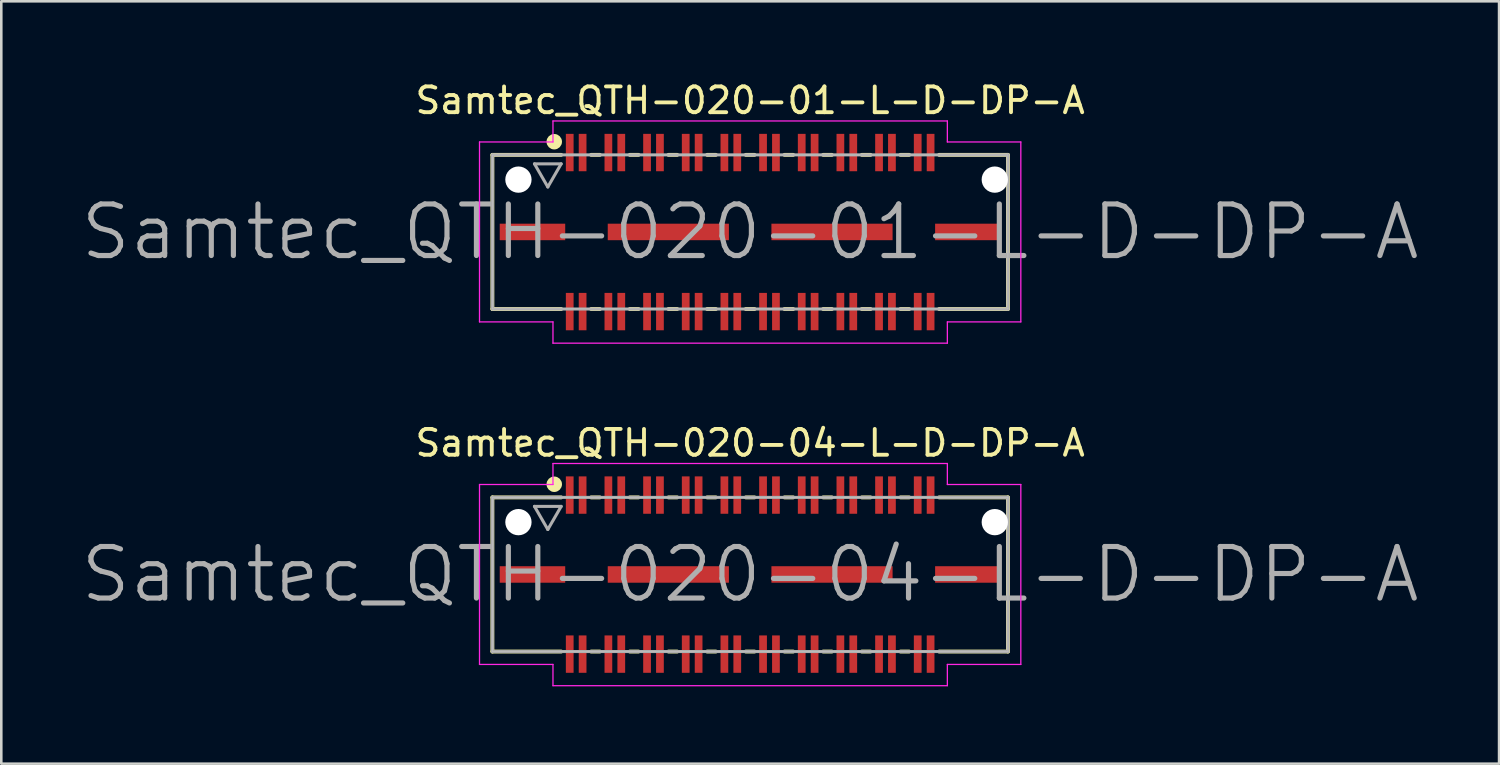
<source format=kicad_pcb>
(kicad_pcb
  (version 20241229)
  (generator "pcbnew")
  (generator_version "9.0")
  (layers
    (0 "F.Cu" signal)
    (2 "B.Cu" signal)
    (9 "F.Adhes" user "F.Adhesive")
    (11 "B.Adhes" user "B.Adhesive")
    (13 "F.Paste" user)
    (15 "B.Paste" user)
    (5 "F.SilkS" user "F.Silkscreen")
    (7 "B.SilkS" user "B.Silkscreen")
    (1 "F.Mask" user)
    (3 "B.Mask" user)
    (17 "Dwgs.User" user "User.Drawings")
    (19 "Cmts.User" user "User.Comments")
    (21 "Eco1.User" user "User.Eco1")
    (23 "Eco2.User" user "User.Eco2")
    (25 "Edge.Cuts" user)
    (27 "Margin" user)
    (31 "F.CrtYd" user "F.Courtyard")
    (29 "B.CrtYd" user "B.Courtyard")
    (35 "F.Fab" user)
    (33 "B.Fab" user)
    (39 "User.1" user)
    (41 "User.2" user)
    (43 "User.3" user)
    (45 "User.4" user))
  (footprint "Samtec_QTH-020-04-L-D-DP-A"
    (layer "F.Cu")
    (at 26.052 19.236)
    (property "Reference" "Samtec_QTH-020-04-L-D-DP-A" (at 0 -5.1 0) (layer "F.SilkS") (effects (font (size 1 1) (thickness 0.15))))
    (attr through_hole)
    (fp_line (start -10 -2.99) (end -7.33 -2.99) (stroke (width 0.15) (type solid)) (layer "F.SilkS"))
    (fp_line (start -10 2.99) (end -10 -2.99) (stroke (width 0.15) (type solid)) (layer "F.SilkS"))
    (fp_line (start -7.33 2.99) (end -10 2.99) (stroke (width 0.15) (type solid)) (layer "F.SilkS"))
    (fp_line (start -6.17 -2.99) (end -5.83 -2.99) (stroke (width 0.15) (type solid)) (layer "F.SilkS"))
    (fp_line (start -6.17 2.99) (end -5.83 2.99) (stroke (width 0.15) (type solid)) (layer "F.SilkS"))
    (fp_line (start -4.67 -2.99) (end -4.33 -2.99) (stroke (width 0.15) (type solid)) (layer "F.SilkS"))
    (fp_line (start -4.67 2.99) (end -4.33 2.99) (stroke (width 0.15) (type solid)) (layer "F.SilkS"))
    (fp_line (start -3.17 -2.99) (end -2.83 -2.99) (stroke (width 0.15) (type solid)) (layer "F.SilkS"))
    (fp_line (start -3.17 2.99) (end -2.83 2.99) (stroke (width 0.15) (type solid)) (layer "F.SilkS"))
    (fp_line (start -1.67 -2.99) (end -1.33 -2.99) (stroke (width 0.15) (type solid)) (layer "F.SilkS"))
    (fp_line (start -1.67 2.99) (end -1.33 2.99) (stroke (width 0.15) (type solid)) (layer "F.SilkS"))
    (fp_line (start -0.17 -2.99) (end 0.17 -2.99) (stroke (width 0.15) (type solid)) (layer "F.SilkS"))
    (fp_line (start -0.17 2.99) (end 0.17 2.99) (stroke (width 0.15) (type solid)) (layer "F.SilkS"))
    (fp_line (start 1.33 -2.99) (end 1.67 -2.99) (stroke (width 0.15) (type solid)) (layer "F.SilkS"))
    (fp_line (start 1.33 2.99) (end 1.67 2.99) (stroke (width 0.15) (type solid)) (layer "F.SilkS"))
    (fp_line (start 2.83 -2.99) (end 3.17 -2.99) (stroke (width 0.15) (type solid)) (layer "F.SilkS"))
    (fp_line (start 2.83 2.99) (end 3.17 2.99) (stroke (width 0.15) (type solid)) (layer "F.SilkS"))
    (fp_line (start 4.33 -2.99) (end 4.67 -2.99) (stroke (width 0.15) (type solid)) (layer "F.SilkS"))
    (fp_line (start 4.33 2.99) (end 4.67 2.99) (stroke (width 0.15) (type solid)) (layer "F.SilkS"))
    (fp_line (start 5.83 -2.99) (end 6.17 -2.99) (stroke (width 0.15) (type solid)) (layer "F.SilkS"))
    (fp_line (start 5.83 2.99) (end 6.17 2.99) (stroke (width 0.15) (type solid)) (layer "F.SilkS"))
    (fp_line (start 7.33 -2.99) (end 10 -2.99) (stroke (width 0.15) (type solid)) (layer "F.SilkS"))
    (fp_line (start 10 -2.99) (end 10 2.99) (stroke (width 0.15) (type solid)) (layer "F.SilkS"))
    (fp_line (start 10 2.99) (end 7.33 2.99) (stroke (width 0.15) (type solid)) (layer "F.SilkS"))
    (fp_circle (center -7.6 -3.5) (end -7.6 -3.35) (stroke (width 0.3) (type solid)) (fill no) (layer "F.SilkS"))
    (fp_line (start -10 -2.985) (end 10 -2.985) (stroke (width 0.025) (type solid)) (layer "Dwgs.User"))
    (fp_line (start -10 2.985) (end -10 -2.985) (stroke (width 0.025) (type solid)) (layer "Dwgs.User"))
    (fp_line (start 10 -2.985) (end 10 2.985) (stroke (width 0.025) (type solid)) (layer "Dwgs.User"))
    (fp_line (start 10 2.985) (end -10 2.985) (stroke (width 0.025) (type solid)) (layer "Dwgs.User"))
    (fp_line (start -10.5 -3.49) (end -10.5 3.49) (stroke (width 0.05) (type solid)) (layer "F.CrtYd"))
    (fp_line (start -10.5 3.49) (end -7.65 3.49) (stroke (width 0.05) (type solid)) (layer "F.CrtYd"))
    (fp_line (start -7.65 -4.305) (end -7.65 -3.49) (stroke (width 0.05) (type solid)) (layer "F.CrtYd"))
    (fp_line (start -7.65 -3.49) (end -10.5 -3.49) (stroke (width 0.05) (type solid)) (layer "F.CrtYd"))
    (fp_line (start -7.65 3.49) (end -7.65 4.315) (stroke (width 0.05) (type solid)) (layer "F.CrtYd"))
    (fp_line (start -7.65 4.315) (end 7.65 4.315) (stroke (width 0.05) (type solid)) (layer "F.CrtYd"))
    (fp_line (start 7.65 -4.305) (end -7.65 -4.305) (stroke (width 0.05) (type solid)) (layer "F.CrtYd"))
    (fp_line (start 7.65 -3.49) (end 7.65 -4.305) (stroke (width 0.05) (type solid)) (layer "F.CrtYd"))
    (fp_line (start 7.65 3.49) (end 10.5 3.49) (stroke (width 0.05) (type solid)) (layer "F.CrtYd"))
    (fp_line (start 7.65 4.315) (end 7.65 3.49) (stroke (width 0.05) (type solid)) (layer "F.CrtYd"))
    (fp_line (start 10.5 -3.49) (end 7.65 -3.49) (stroke (width 0.05) (type solid)) (layer "F.CrtYd"))
    (fp_line (start 10.5 3.49) (end 10.5 -3.49) (stroke (width 0.05) (type solid)) (layer "F.CrtYd"))
    (fp_line (start -10 -2.99) (end 10 -2.99) (stroke (width 0.12) (type solid)) (layer "F.Fab"))
    (fp_line (start -10 2.99) (end -10 -2.99) (stroke (width 0.12) (type solid)) (layer "F.Fab"))
    (fp_line (start -8.367 -2.641) (end -7.85 -1.745) (stroke (width 0.12) (type solid)) (layer "F.Fab"))
    (fp_line (start -7.85 -1.745) (end -7.332 -2.641) (stroke (width 0.12) (type solid)) (layer "F.Fab"))
    (fp_line (start -7.332 -2.641) (end -8.367 -2.641) (stroke (width 0.12) (type solid)) (layer "F.Fab"))
    (fp_line (start 10 -2.99) (end 10 2.99) (stroke (width 0.12) (type solid)) (layer "F.Fab"))
    (fp_line (start 10 2.99) (end -10 2.99) (stroke (width 0.12) (type solid)) (layer "F.Fab"))
    (fp_text user "${REFERENCE}" (at 0 0 0) (layer "F.Fab") (effects (font (size 2 2) (thickness 0.2))))
    (pad "" np_thru_hole circle (at -8.99 -2.03) (size 1.02 1.02) (drill 1.02) (layers "*.Cu" "*.Mask"))
    (pad "" np_thru_hole circle (at 9.49 -2.03) (size 1.02 1.02) (drill 1.02) (layers "*.Cu" "*.Mask"))
    (pad "1" smd rect (at -7 -3.08) (size 0.3 1.45) (layers "F.Cu" "F.Mask" "F.Paste"))
    (pad "2" smd rect (at -7 3.09) (size 0.3 1.45) (layers "F.Cu" "F.Mask" "F.Paste"))
    (pad "3" smd rect (at -6.5 -3.08) (size 0.3 1.45) (layers "F.Cu" "F.Mask" "F.Paste"))
    (pad "4" smd rect (at -6.5 3.09) (size 0.3 1.45) (layers "F.Cu" "F.Mask" "F.Paste"))
    (pad "5" smd rect (at -5.5 -3.08) (size 0.3 1.45) (layers "F.Cu" "F.Mask" "F.Paste"))
    (pad "6" smd rect (at -5.5 3.09) (size 0.3 1.45) (layers "F.Cu" "F.Mask" "F.Paste"))
    (pad "7" smd rect (at -5 -3.08) (size 0.3 1.45) (layers "F.Cu" "F.Mask" "F.Paste"))
    (pad "8" smd rect (at -5 3.09) (size 0.3 1.45) (layers "F.Cu" "F.Mask" "F.Paste"))
    (pad "9" smd rect (at -4 -3.08) (size 0.3 1.45) (layers "F.Cu" "F.Mask" "F.Paste"))
    (pad "10" smd rect (at -4 3.09) (size 0.3 1.45) (layers "F.Cu" "F.Mask" "F.Paste"))
    (pad "11" smd rect (at -3.5 -3.08) (size 0.3 1.45) (layers "F.Cu" "F.Mask" "F.Paste"))
    (pad "12" smd rect (at -3.5 3.09) (size 0.3 1.45) (layers "F.Cu" "F.Mask" "F.Paste"))
    (pad "13" smd rect (at -2.5 -3.08) (size 0.3 1.45) (layers "F.Cu" "F.Mask" "F.Paste"))
    (pad "14" smd rect (at -2.5 3.09) (size 0.3 1.45) (layers "F.Cu" "F.Mask" "F.Paste"))
    (pad "15" smd rect (at -2 -3.08) (size 0.3 1.45) (layers "F.Cu" "F.Mask" "F.Paste"))
    (pad "16" smd rect (at -2 3.09) (size 0.3 1.45) (layers "F.Cu" "F.Mask" "F.Paste"))
    (pad "17" smd rect (at -1 -3.08) (size 0.3 1.45) (layers "F.Cu" "F.Mask" "F.Paste"))
    (pad "18" smd rect (at -1 3.09) (size 0.3 1.45) (layers "F.Cu" "F.Mask" "F.Paste"))
    (pad "19" smd rect (at -0.5 -3.08) (size 0.3 1.45) (layers "F.Cu" "F.Mask" "F.Paste"))
    (pad "20" smd rect (at -0.5 3.09) (size 0.3 1.45) (layers "F.Cu" "F.Mask" "F.Paste"))
    (pad "21" smd rect (at 0.5 -3.08) (size 0.3 1.45) (layers "F.Cu" "F.Mask" "F.Paste"))
    (pad "22" smd rect (at 0.5 3.09) (size 0.3 1.45) (layers "F.Cu" "F.Mask" "F.Paste"))
    (pad "23" smd rect (at 1 -3.08) (size 0.3 1.45) (layers "F.Cu" "F.Mask" "F.Paste"))
    (pad "24" smd rect (at 1 3.09) (size 0.3 1.45) (layers "F.Cu" "F.Mask" "F.Paste"))
    (pad "25" smd rect (at 2 -3.08) (size 0.3 1.45) (layers "F.Cu" "F.Mask" "F.Paste"))
    (pad "26" smd rect (at 2 3.09) (size 0.3 1.45) (layers "F.Cu" "F.Mask" "F.Paste"))
    (pad "27" smd rect (at 2.5 -3.08) (size 0.3 1.45) (layers "F.Cu" "F.Mask" "F.Paste"))
    (pad "28" smd rect (at 2.5 3.09) (size 0.3 1.45) (layers "F.Cu" "F.Mask" "F.Paste"))
    (pad "29" smd rect (at 3.5 -3.08) (size 0.3 1.45) (layers "F.Cu" "F.Mask" "F.Paste"))
    (pad "30" smd rect (at 3.5 3.09) (size 0.3 1.45) (layers "F.Cu" "F.Mask" "F.Paste"))
    (pad "31" smd rect (at 4 -3.08) (size 0.3 1.45) (layers "F.Cu" "F.Mask" "F.Paste"))
    (pad "32" smd rect (at 4 3.09) (size 0.3 1.45) (layers "F.Cu" "F.Mask" "F.Paste"))
    (pad "33" smd rect (at 5 -3.08) (size 0.3 1.45) (layers "F.Cu" "F.Mask" "F.Paste"))
    (pad "34" smd rect (at 5 3.09) (size 0.3 1.45) (layers "F.Cu" "F.Mask" "F.Paste"))
    (pad "35" smd rect (at 5.5 -3.08) (size 0.3 1.45) (layers "F.Cu" "F.Mask" "F.Paste"))
    (pad "36" smd rect (at 5.5 3.09) (size 0.3 1.45) (layers "F.Cu" "F.Mask" "F.Paste"))
    (pad "37" smd rect (at 6.5 -3.08) (size 0.3 1.45) (layers "F.Cu" "F.Mask" "F.Paste"))
    (pad "38" smd rect (at 6.5 3.09) (size 0.3 1.45) (layers "F.Cu" "F.Mask" "F.Paste"))
    (pad "39" smd rect (at 7 -3.08) (size 0.3 1.45) (layers "F.Cu" "F.Mask" "F.Paste"))
    (pad "40" smd rect (at 7 3.09) (size 0.3 1.45) (layers "F.Cu" "F.Mask" "F.Paste"))
    (pad "M1" smd rect (at -8.445 0) (size 2.54 0.64) (layers "F.Cu" "F.Mask" "F.Paste"))
    (pad "M2" smd rect (at -3.175 0) (size 4.7 0.64) (layers "F.Cu" "F.Mask" "F.Paste"))
    (pad "M3" smd rect (at 3.175 0) (size 4.7 0.64) (layers "F.Cu" "F.Mask" "F.Paste"))
    (pad "M4" smd rect (at 8.445 0) (size 2.54 0.64) (layers "F.Cu" "F.Mask" "F.Paste")))
  (footprint "Samtec_QTH-020-01-L-D-DP-A"
    (layer "F.Cu")
    (at 26.052 5.948)
    (property "Reference" "Samtec_QTH-020-01-L-D-DP-A" (at 0 -5.1 0) (layer "F.SilkS") (effects (font (size 1 1) (thickness 0.15))))
    (attr through_hole)
    (fp_line (start -10 -2.99) (end -7.33 -2.99) (stroke (width 0.15) (type solid)) (layer "F.SilkS"))
    (fp_line (start -10 2.99) (end -10 -2.99) (stroke (width 0.15) (type solid)) (layer "F.SilkS"))
    (fp_line (start -7.33 2.99) (end -10 2.99) (stroke (width 0.15) (type solid)) (layer "F.SilkS"))
    (fp_line (start -6.17 -2.99) (end -5.83 -2.99) (stroke (width 0.15) (type solid)) (layer "F.SilkS"))
    (fp_line (start -6.17 2.99) (end -5.83 2.99) (stroke (width 0.15) (type solid)) (layer "F.SilkS"))
    (fp_line (start -4.67 -2.99) (end -4.33 -2.99) (stroke (width 0.15) (type solid)) (layer "F.SilkS"))
    (fp_line (start -4.67 2.99) (end -4.33 2.99) (stroke (width 0.15) (type solid)) (layer "F.SilkS"))
    (fp_line (start -3.17 -2.99) (end -2.83 -2.99) (stroke (width 0.15) (type solid)) (layer "F.SilkS"))
    (fp_line (start -3.17 2.99) (end -2.83 2.99) (stroke (width 0.15) (type solid)) (layer "F.SilkS"))
    (fp_line (start -1.67 -2.99) (end -1.33 -2.99) (stroke (width 0.15) (type solid)) (layer "F.SilkS"))
    (fp_line (start -1.67 2.99) (end -1.33 2.99) (stroke (width 0.15) (type solid)) (layer "F.SilkS"))
    (fp_line (start -0.17 -2.99) (end 0.17 -2.99) (stroke (width 0.15) (type solid)) (layer "F.SilkS"))
    (fp_line (start -0.17 2.99) (end 0.17 2.99) (stroke (width 0.15) (type solid)) (layer "F.SilkS"))
    (fp_line (start 1.33 -2.99) (end 1.67 -2.99) (stroke (width 0.15) (type solid)) (layer "F.SilkS"))
    (fp_line (start 1.33 2.99) (end 1.67 2.99) (stroke (width 0.15) (type solid)) (layer "F.SilkS"))
    (fp_line (start 2.83 -2.99) (end 3.17 -2.99) (stroke (width 0.15) (type solid)) (layer "F.SilkS"))
    (fp_line (start 2.83 2.99) (end 3.17 2.99) (stroke (width 0.15) (type solid)) (layer "F.SilkS"))
    (fp_line (start 4.33 -2.99) (end 4.67 -2.99) (stroke (width 0.15) (type solid)) (layer "F.SilkS"))
    (fp_line (start 4.33 2.99) (end 4.67 2.99) (stroke (width 0.15) (type solid)) (layer "F.SilkS"))
    (fp_line (start 5.83 -2.99) (end 6.17 -2.99) (stroke (width 0.15) (type solid)) (layer "F.SilkS"))
    (fp_line (start 5.83 2.99) (end 6.17 2.99) (stroke (width 0.15) (type solid)) (layer "F.SilkS"))
    (fp_line (start 7.33 -2.99) (end 10 -2.99) (stroke (width 0.15) (type solid)) (layer "F.SilkS"))
    (fp_line (start 10 -2.99) (end 10 2.99) (stroke (width 0.15) (type solid)) (layer "F.SilkS"))
    (fp_line (start 10 2.99) (end 7.33 2.99) (stroke (width 0.15) (type solid)) (layer "F.SilkS"))
    (fp_circle (center -7.6 -3.5) (end -7.6 -3.35) (stroke (width 0.3) (type solid)) (fill no) (layer "F.SilkS"))
    (fp_line (start -10 -2.985) (end 10 -2.985) (stroke (width 0.025) (type solid)) (layer "Dwgs.User"))
    (fp_line (start -10 2.985) (end -10 -2.985) (stroke (width 0.025) (type solid)) (layer "Dwgs.User"))
    (fp_line (start 10 -2.985) (end 10 2.985) (stroke (width 0.025) (type solid)) (layer "Dwgs.User"))
    (fp_line (start 10 2.985) (end -10 2.985) (stroke (width 0.025) (type solid)) (layer "Dwgs.User"))
    (fp_line (start -10.5 -3.49) (end -10.5 3.49) (stroke (width 0.05) (type solid)) (layer "F.CrtYd"))
    (fp_line (start -10.5 3.49) (end -7.65 3.49) (stroke (width 0.05) (type solid)) (layer "F.CrtYd"))
    (fp_line (start -7.65 -4.305) (end -7.65 -3.49) (stroke (width 0.05) (type solid)) (layer "F.CrtYd"))
    (fp_line (start -7.65 -3.49) (end -10.5 -3.49) (stroke (width 0.05) (type solid)) (layer "F.CrtYd"))
    (fp_line (start -7.65 3.49) (end -7.65 4.315) (stroke (width 0.05) (type solid)) (layer "F.CrtYd"))
    (fp_line (start -7.65 4.315) (end 7.65 4.315) (stroke (width 0.05) (type solid)) (layer "F.CrtYd"))
    (fp_line (start 7.65 -4.305) (end -7.65 -4.305) (stroke (width 0.05) (type solid)) (layer "F.CrtYd"))
    (fp_line (start 7.65 -3.49) (end 7.65 -4.305) (stroke (width 0.05) (type solid)) (layer "F.CrtYd"))
    (fp_line (start 7.65 3.49) (end 10.5 3.49) (stroke (width 0.05) (type solid)) (layer "F.CrtYd"))
    (fp_line (start 7.65 4.315) (end 7.65 3.49) (stroke (width 0.05) (type solid)) (layer "F.CrtYd"))
    (fp_line (start 10.5 -3.49) (end 7.65 -3.49) (stroke (width 0.05) (type solid)) (layer "F.CrtYd"))
    (fp_line (start 10.5 3.49) (end 10.5 -3.49) (stroke (width 0.05) (type solid)) (layer "F.CrtYd"))
    (fp_line (start -10 -2.99) (end 10 -2.99) (stroke (width 0.12) (type solid)) (layer "F.Fab"))
    (fp_line (start -10 2.99) (end -10 -2.99) (stroke (width 0.12) (type solid)) (layer "F.Fab"))
    (fp_line (start -8.367 -2.641) (end -7.85 -1.745) (stroke (width 0.12) (type solid)) (layer "F.Fab"))
    (fp_line (start -7.85 -1.745) (end -7.332 -2.641) (stroke (width 0.12) (type solid)) (layer "F.Fab"))
    (fp_line (start -7.332 -2.641) (end -8.367 -2.641) (stroke (width 0.12) (type solid)) (layer "F.Fab"))
    (fp_line (start 10 -2.99) (end 10 2.99) (stroke (width 0.12) (type solid)) (layer "F.Fab"))
    (fp_line (start 10 2.99) (end -10 2.99) (stroke (width 0.12) (type solid)) (layer "F.Fab"))
    (fp_text user "${REFERENCE}" (at 0 0 0) (layer "F.Fab") (effects (font (size 2 2) (thickness 0.2))))
    (pad "" np_thru_hole circle (at -8.99 -2.03) (size 1.02 1.02) (drill 1.02) (layers "*.Cu" "*.Mask"))
    (pad "" np_thru_hole circle (at 9.49 -2.03) (size 1.02 1.02) (drill 1.02) (layers "*.Cu" "*.Mask"))
    (pad "1" smd rect (at -7 -3.08) (size 0.3 1.45) (layers "F.Cu" "F.Mask" "F.Paste"))
    (pad "2" smd rect (at -7 3.09) (size 0.3 1.45) (layers "F.Cu" "F.Mask" "F.Paste"))
    (pad "3" smd rect (at -6.5 -3.08) (size 0.3 1.45) (layers "F.Cu" "F.Mask" "F.Paste"))
    (pad "4" smd rect (at -6.5 3.09) (size 0.3 1.45) (layers "F.Cu" "F.Mask" "F.Paste"))
    (pad "5" smd rect (at -5.5 -3.08) (size 0.3 1.45) (layers "F.Cu" "F.Mask" "F.Paste"))
    (pad "6" smd rect (at -5.5 3.09) (size 0.3 1.45) (layers "F.Cu" "F.Mask" "F.Paste"))
    (pad "7" smd rect (at -5 -3.08) (size 0.3 1.45) (layers "F.Cu" "F.Mask" "F.Paste"))
    (pad "8" smd rect (at -5 3.09) (size 0.3 1.45) (layers "F.Cu" "F.Mask" "F.Paste"))
    (pad "9" smd rect (at -4 -3.08) (size 0.3 1.45) (layers "F.Cu" "F.Mask" "F.Paste"))
    (pad "10" smd rect (at -4 3.09) (size 0.3 1.45) (layers "F.Cu" "F.Mask" "F.Paste"))
    (pad "11" smd rect (at -3.5 -3.08) (size 0.3 1.45) (layers "F.Cu" "F.Mask" "F.Paste"))
    (pad "12" smd rect (at -3.5 3.09) (size 0.3 1.45) (layers "F.Cu" "F.Mask" "F.Paste"))
    (pad "13" smd rect (at -2.5 -3.08) (size 0.3 1.45) (layers "F.Cu" "F.Mask" "F.Paste"))
    (pad "14" smd rect (at -2.5 3.09) (size 0.3 1.45) (layers "F.Cu" "F.Mask" "F.Paste"))
    (pad "15" smd rect (at -2 -3.08) (size 0.3 1.45) (layers "F.Cu" "F.Mask" "F.Paste"))
    (pad "16" smd rect (at -2 3.09) (size 0.3 1.45) (layers "F.Cu" "F.Mask" "F.Paste"))
    (pad "17" smd rect (at -1 -3.08) (size 0.3 1.45) (layers "F.Cu" "F.Mask" "F.Paste"))
    (pad "18" smd rect (at -1 3.09) (size 0.3 1.45) (layers "F.Cu" "F.Mask" "F.Paste"))
    (pad "19" smd rect (at -0.5 -3.08) (size 0.3 1.45) (layers "F.Cu" "F.Mask" "F.Paste"))
    (pad "20" smd rect (at -0.5 3.09) (size 0.3 1.45) (layers "F.Cu" "F.Mask" "F.Paste"))
    (pad "21" smd rect (at 0.5 -3.08) (size 0.3 1.45) (layers "F.Cu" "F.Mask" "F.Paste"))
    (pad "22" smd rect (at 0.5 3.09) (size 0.3 1.45) (layers "F.Cu" "F.Mask" "F.Paste"))
    (pad "23" smd rect (at 1 -3.08) (size 0.3 1.45) (layers "F.Cu" "F.Mask" "F.Paste"))
    (pad "24" smd rect (at 1 3.09) (size 0.3 1.45) (layers "F.Cu" "F.Mask" "F.Paste"))
    (pad "25" smd rect (at 2 -3.08) (size 0.3 1.45) (layers "F.Cu" "F.Mask" "F.Paste"))
    (pad "26" smd rect (at 2 3.09) (size 0.3 1.45) (layers "F.Cu" "F.Mask" "F.Paste"))
    (pad "27" smd rect (at 2.5 -3.08) (size 0.3 1.45) (layers "F.Cu" "F.Mask" "F.Paste"))
    (pad "28" smd rect (at 2.5 3.09) (size 0.3 1.45) (layers "F.Cu" "F.Mask" "F.Paste"))
    (pad "29" smd rect (at 3.5 -3.08) (size 0.3 1.45) (layers "F.Cu" "F.Mask" "F.Paste"))
    (pad "30" smd rect (at 3.5 3.09) (size 0.3 1.45) (layers "F.Cu" "F.Mask" "F.Paste"))
    (pad "31" smd rect (at 4 -3.08) (size 0.3 1.45) (layers "F.Cu" "F.Mask" "F.Paste"))
    (pad "32" smd rect (at 4 3.09) (size 0.3 1.45) (layers "F.Cu" "F.Mask" "F.Paste"))
    (pad "33" smd rect (at 5 -3.08) (size 0.3 1.45) (layers "F.Cu" "F.Mask" "F.Paste"))
    (pad "34" smd rect (at 5 3.09) (size 0.3 1.45) (layers "F.Cu" "F.Mask" "F.Paste"))
    (pad "35" smd rect (at 5.5 -3.08) (size 0.3 1.45) (layers "F.Cu" "F.Mask" "F.Paste"))
    (pad "36" smd rect (at 5.5 3.09) (size 0.3 1.45) (layers "F.Cu" "F.Mask" "F.Paste"))
    (pad "37" smd rect (at 6.5 -3.08) (size 0.3 1.45) (layers "F.Cu" "F.Mask" "F.Paste"))
    (pad "38" smd rect (at 6.5 3.09) (size 0.3 1.45) (layers "F.Cu" "F.Mask" "F.Paste"))
    (pad "39" smd rect (at 7 -3.08) (size 0.3 1.45) (layers "F.Cu" "F.Mask" "F.Paste"))
    (pad "40" smd rect (at 7 3.09) (size 0.3 1.45) (layers "F.Cu" "F.Mask" "F.Paste"))
    (pad "M1" smd rect (at -8.445 0) (size 2.54 0.64) (layers "F.Cu" "F.Mask" "F.Paste"))
    (pad "M2" smd rect (at -3.175 0) (size 4.7 0.64) (layers "F.Cu" "F.Mask" "F.Paste"))
    (pad "M3" smd rect (at 3.175 0) (size 4.7 0.64) (layers "F.Cu" "F.Mask" "F.Paste"))
    (pad "M4" smd rect (at 8.445 0) (size 2.54 0.64) (layers "F.Cu" "F.Mask" "F.Paste")))
  (gr_rect
    (start -3 -3)
    (end 55.105 26.576)
    (stroke (width 0.1) (type default))
    (fill no)
    (layer "Edge.Cuts")))
</source>
